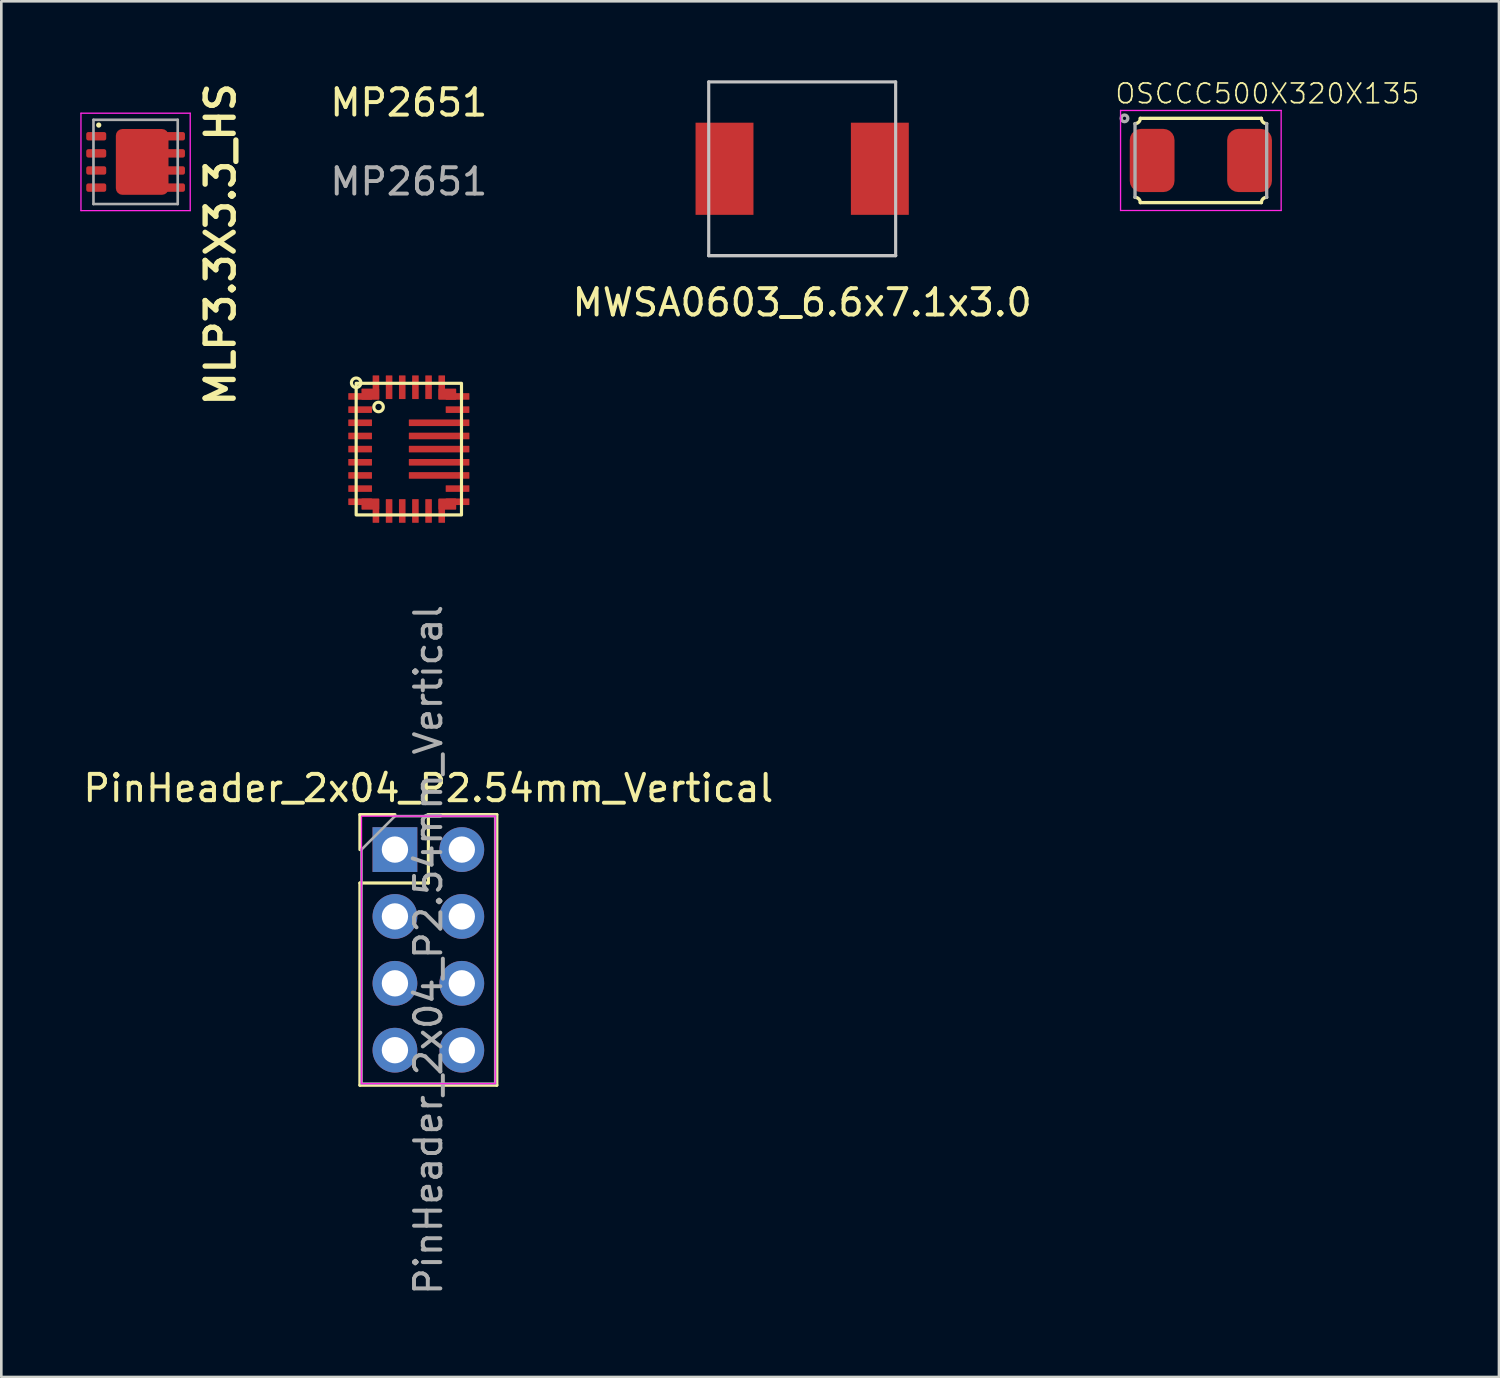
<source format=kicad_pcb>
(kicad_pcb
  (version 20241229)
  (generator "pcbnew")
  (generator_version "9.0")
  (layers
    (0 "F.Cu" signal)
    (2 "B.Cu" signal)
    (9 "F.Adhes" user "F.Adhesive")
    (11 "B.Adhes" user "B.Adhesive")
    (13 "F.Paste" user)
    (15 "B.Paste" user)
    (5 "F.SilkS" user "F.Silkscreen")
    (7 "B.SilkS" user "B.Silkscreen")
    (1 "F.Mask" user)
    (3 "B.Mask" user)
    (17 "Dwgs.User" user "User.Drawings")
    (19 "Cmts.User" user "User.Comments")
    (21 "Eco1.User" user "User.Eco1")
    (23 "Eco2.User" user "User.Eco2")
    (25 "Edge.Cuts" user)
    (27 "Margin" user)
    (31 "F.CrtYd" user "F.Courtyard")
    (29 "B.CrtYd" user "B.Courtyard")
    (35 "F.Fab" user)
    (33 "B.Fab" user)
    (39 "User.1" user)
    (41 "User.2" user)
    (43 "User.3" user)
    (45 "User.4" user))
  (footprint "MP2651"
    (layer "F.Cu")
    (at 12.478 14.008)
    (property "Reference" "MP2651" (at 0 -13.16 0) (unlocked yes) (layer "F.SilkS") (effects (font (size 1 1) (thickness 0.15))))
    (attr smd)
    (fp_rect (start -2 -2.5) (end 2 2.5) (stroke (width 0.12) (type solid)) (fill no) (layer "F.SilkS"))
    (fp_circle (center -2 -2.52) (end -1.85 -2.42) (stroke (width 0.12) (type solid)) (fill no) (layer "F.SilkS"))
    (fp_circle (center -1.15 -1.6) (end -1 -1.5) (stroke (width 0.12) (type solid)) (fill no) (layer "F.SilkS"))
    (fp_text user "${REFERENCE}" (at 0 -10.16 0) (unlocked yes) (layer "F.Fab") (effects (font (size 1 1) (thickness 0.15))))
    (pad "" smd roundrect (at -1.462 -2.087 180) (size 0.675 0.425) (layers "F.Cu" "F.Mask" "F.Paste") (roundrect_rratio 0.066))
    (pad "" smd roundrect (at -1.462 2.087 180) (size 0.675 0.425) (layers "F.Cu" "F.Mask" "F.Paste") (roundrect_rratio 0.066))
    (pad "" smd roundrect (at 1.462 -2.087 180) (size 0.675 0.425) (layers "F.Cu" "F.Mask" "F.Paste") (roundrect_rratio 0.066))
    (pad "" smd roundrect (at 1.462 2.087 180) (size 0.675 0.425) (layers "F.Cu" "F.Mask" "F.Paste") (roundrect_rratio 0.066))
    (pad "1" smd roundrect (at -1.85 -2) (size 0.9 0.25) (layers "F.Cu" "F.Mask" "F.Paste") (roundrect_rratio 0.066))
    (pad "2" smd roundrect (at -1.85 -1.5) (size 0.9 0.25) (layers "F.Cu" "F.Mask" "F.Paste") (roundrect_rratio 0.066))
    (pad "3" smd roundrect (at -1.85 -1) (size 0.9 0.25) (layers "F.Cu" "F.Mask" "F.Paste") (roundrect_rratio 0.066))
    (pad "4" smd roundrect (at -1.85 -0.5) (size 0.9 0.25) (layers "F.Cu" "F.Mask" "F.Paste") (roundrect_rratio 0.066))
    (pad "5" smd roundrect (at -1.85 0) (size 0.9 0.25) (layers "F.Cu" "F.Mask" "F.Paste") (roundrect_rratio 0.066))
    (pad "6" smd roundrect (at -1.85 0.5) (size 0.9 0.25) (layers "F.Cu" "F.Mask" "F.Paste") (roundrect_rratio 0.066))
    (pad "7" smd roundrect (at -1.85 1) (size 0.9 0.25) (layers "F.Cu" "F.Mask" "F.Paste") (roundrect_rratio 0.066))
    (pad "8" smd roundrect (at -1.85 1.5) (size 0.9 0.25) (layers "F.Cu" "F.Mask" "F.Paste") (roundrect_rratio 0.066))
    (pad "9" smd roundrect (at -1.85 2) (size 0.9 0.25) (layers "F.Cu" "F.Mask" "F.Paste") (roundrect_rratio 0.066))
    (pad "10" smd roundrect (at -1.25 2.35 90) (size 0.9 0.25) (layers "F.Cu" "F.Mask" "F.Paste") (roundrect_rratio 0.066))
    (pad "11" smd roundrect (at -0.75 2.35 90) (size 0.9 0.25) (layers "F.Cu" "F.Mask" "F.Paste") (roundrect_rratio 0.066))
    (pad "12" smd roundrect (at -0.25 2.35 90) (size 0.9 0.25) (layers "F.Cu" "F.Mask" "F.Paste") (roundrect_rratio 0.066))
    (pad "13" smd roundrect (at 0.25 2.35 90) (size 0.9 0.25) (layers "F.Cu" "F.Mask" "F.Paste") (roundrect_rratio 0.066))
    (pad "14" smd roundrect (at 0.75 2.35 90) (size 0.9 0.25) (layers "F.Cu" "F.Mask" "F.Paste") (roundrect_rratio 0.066))
    (pad "15" smd roundrect (at 1.25 2.35 90) (size 0.9 0.25) (layers "F.Cu" "F.Mask" "F.Paste") (roundrect_rratio 0.066))
    (pad "16" smd roundrect (at 1.85 2) (size 0.9 0.25) (layers "F.Cu" "F.Mask" "F.Paste") (roundrect_rratio 0.066))
    (pad "17" smd roundrect (at 1.85 1.5) (size 0.9 0.25) (layers "F.Cu" "F.Mask" "F.Paste") (roundrect_rratio 0.066))
    (pad "18" smd roundrect (at 1.15 1) (size 2.3 0.25) (layers "F.Cu" "F.Mask" "F.Paste") (roundrect_rratio 0.066))
    (pad "19" smd roundrect (at 1.15 0.5) (size 2.3 0.25) (layers "F.Cu" "F.Mask" "F.Paste") (roundrect_rratio 0.066))
    (pad "20" smd roundrect (at 1.15 0) (size 2.3 0.25) (layers "F.Cu" "F.Mask" "F.Paste") (roundrect_rratio 0.066))
    (pad "21" smd roundrect (at 1.15 -0.5) (size 2.3 0.25) (layers "F.Cu" "F.Mask" "F.Paste") (roundrect_rratio 0.066))
    (pad "22" smd roundrect (at 1.15 -1) (size 2.3 0.25) (layers "F.Cu" "F.Mask" "F.Paste") (roundrect_rratio 0.066))
    (pad "23" smd roundrect (at 1.85 -1.5) (size 0.9 0.25) (layers "F.Cu" "F.Mask" "F.Paste") (roundrect_rratio 0.066))
    (pad "24" smd roundrect (at 1.85 -2) (size 0.9 0.25) (layers "F.Cu" "F.Mask" "F.Paste") (roundrect_rratio 0.066))
    (pad "25" smd roundrect (at 1.25 -2.35 90) (size 0.9 0.25) (layers "F.Cu" "F.Mask" "F.Paste") (roundrect_rratio 0.066))
    (pad "26" smd roundrect (at 0.75 -2.35 90) (size 0.9 0.25) (layers "F.Cu" "F.Mask" "F.Paste") (roundrect_rratio 0.066))
    (pad "27" smd roundrect (at 0.25 -2.35 90) (size 0.9 0.25) (layers "F.Cu" "F.Mask" "F.Paste") (roundrect_rratio 0.066))
    (pad "28" smd roundrect (at -0.25 -2.35 90) (size 0.9 0.25) (layers "F.Cu" "F.Mask" "F.Paste") (roundrect_rratio 0.066))
    (pad "29" smd roundrect (at -0.75 -2.35 90) (size 0.9 0.25) (layers "F.Cu" "F.Mask" "F.Paste") (roundrect_rratio 0.066))
    (pad "30" smd roundrect (at -1.25 -2.35 90) (size 0.9 0.25) (layers "F.Cu" "F.Mask" "F.Paste") (roundrect_rratio 0.066)))
  (footprint "MLP3.3X3.3_HS"
    (layer "F.Cu")
    (at 2.1 3.1)
    (property "Reference" "MLP3.3X3.3_HS" (at 2.6 -3.1 90) (layer "F.SilkS") (effects (font (size 1.067 1.067) (thickness 0.203)) (justify right top)))
    (fp_circle (center -1.4 -1.4) (end -1.35 -1.4) (stroke (width 0.1) (type solid)) (fill yes) (layer "F.SilkS"))
    (fp_line (start -2.075 -1.85) (end -2.075 1.85) (stroke (width 0.05) (type solid)) (layer "F.CrtYd"))
    (fp_line (start -2.075 1.85) (end 2.075 1.85) (stroke (width 0.05) (type solid)) (layer "F.CrtYd"))
    (fp_line (start 2.075 -1.85) (end -2.075 -1.85) (stroke (width 0.05) (type solid)) (layer "F.CrtYd"))
    (fp_line (start 2.075 1.85) (end 2.075 -1.85) (stroke (width 0.05) (type solid)) (layer "F.CrtYd"))
    (fp_line (start -1.6 -1.6) (end 1.6 -1.6) (stroke (width 0.1) (type solid)) (layer "F.Fab"))
    (fp_line (start -1.6 1.6) (end -1.6 -1.6) (stroke (width 0.1) (type solid)) (layer "F.Fab"))
    (fp_line (start 1.6 -1.6) (end 1.6 1.6) (stroke (width 0.1) (type solid)) (layer "F.Fab"))
    (fp_line (start 1.6 1.6) (end -1.6 1.6) (stroke (width 0.1) (type solid)) (layer "F.Fab"))
    (pad "1" smd roundrect (at -1.495 -0.975 180) (size 0.76 0.32) (layers "F.Cu" "F.Mask" "F.Paste") (roundrect_rratio 0.25))
    (pad "2" smd roundrect (at -1.495 -0.325 180) (size 0.76 0.32) (layers "F.Cu" "F.Mask" "F.Paste") (roundrect_rratio 0.25))
    (pad "3" smd roundrect (at -1.495 0.325 180) (size 0.76 0.32) (layers "F.Cu" "F.Mask" "F.Paste") (roundrect_rratio 0.25))
    (pad "4" smd roundrect (at -1.495 0.975 180) (size 0.76 0.32) (layers "F.Cu" "F.Mask" "F.Paste") (roundrect_rratio 0.25))
    (pad "5" smd roundrect (at 1.495 0.975) (size 0.76 0.32) (layers "F.Cu" "F.Mask" "F.Paste") (roundrect_rratio 0.25))
    (pad "6" smd roundrect (at 1.495 0.325) (size 0.76 0.32) (layers "F.Cu" "F.Mask" "F.Paste") (roundrect_rratio 0.25))
    (pad "7" smd roundrect (at 1.495 -0.325) (size 0.76 0.32) (layers "F.Cu" "F.Mask" "F.Paste") (roundrect_rratio 0.25))
    (pad "8" smd roundrect (at 1.495 -0.975) (size 0.76 0.32) (layers "F.Cu" "F.Mask" "F.Paste") (roundrect_rratio 0.25))
    (pad "9" smd roundrect (at 0.25 0 270) (size 2.5 2) (layers "F.Cu" "F.Mask" "F.Paste") (roundrect_rratio 0.125)))
  (footprint "OSCCC500X320X135"
    (layer "F.Cu")
    (at 42.56 3.045)
    (property "Reference" "OSCCC500X320X135" (at -3.302 -2.101 0) (layer "F.SilkS") (effects (font (size 0.748 0.748) (thickness 0.065)) (justify left bottom)))
    (fp_line (start -2.3 -1.6) (end 2.3 -1.6) (stroke (width 0.127) (type solid)) (layer "F.SilkS"))
    (fp_line (start 2.3 1.6) (end -2.3 1.6) (stroke (width 0.127) (type solid)) (layer "F.SilkS"))
    (fp_arc (start -2.5 1.4) (mid -2.358579 1.458579) (end -2.3 1.6) (stroke (width 0.127) (type solid)) (layer "F.SilkS"))
    (fp_arc (start -2.3 -1.6) (mid -2.358579 -1.458579) (end -2.5 -1.4) (stroke (width 0.127) (type solid)) (layer "F.SilkS"))
    (fp_arc (start 2.3 1.6) (mid 2.358579 1.458579) (end 2.5 1.4) (stroke (width 0.127) (type solid)) (layer "F.SilkS"))
    (fp_arc (start 2.5 -1.4) (mid 2.358579 -1.458579) (end 2.3 -1.6) (stroke (width 0.127) (type solid)) (layer "F.SilkS"))
    (fp_line (start -3.05 -1.9) (end 3.05 -1.9) (stroke (width 0.05) (type solid)) (layer "F.CrtYd"))
    (fp_line (start -3.05 1.9) (end -3.05 -1.9) (stroke (width 0.05) (type solid)) (layer "F.CrtYd"))
    (fp_line (start 3.05 -1.9) (end 3.05 1.9) (stroke (width 0.05) (type solid)) (layer "F.CrtYd"))
    (fp_line (start 3.05 1.9) (end -3.05 1.9) (stroke (width 0.05) (type solid)) (layer "F.CrtYd"))
    (fp_line (start -2.5 -1.4) (end -2.5 1.4) (stroke (width 0.127) (type solid)) (layer "F.Fab"))
    (fp_line (start 2.5 -1.4) (end 2.5 1.4) (stroke (width 0.127) (type solid)) (layer "F.Fab"))
    (fp_circle (center -2.9 -1.6) (end -2.837 -1.6) (stroke (width 0.127) (type solid)) (fill no) (layer "F.Fab"))
    (pad "1" smd roundrect (at -1.85 0) (size 1.7 2.4) (layers "F.Cu" "F.Mask" "F.Paste") (roundrect_rratio 0.25))
    (pad "2" smd roundrect (at 1.85 0) (size 1.7 2.4) (layers "F.Cu" "F.Mask" "F.Paste") (roundrect_rratio 0.25)))
  (footprint "MWSA0603_6.6x7.1x3.0"
    (layer "F.Cu")
    (at 27.418 3.36)
    (property "Reference" "MWSA0603_6.6x7.1x3.0" (at 0 5.08 0) (layer "F.SilkS") (effects (font (size 1 1) (thickness 0.15))))
    (attr smd)
    (fp_line (start -3.55 -3.3) (end 3.55 -3.3) (stroke (width 0.12) (type solid)) (layer "Dwgs.User"))
    (fp_line (start -3.55 3.3) (end -3.55 -3.3) (stroke (width 0.12) (type solid)) (layer "Dwgs.User"))
    (fp_line (start 3.55 -3.3) (end 3.55 3.3) (stroke (width 0.12) (type solid)) (layer "Dwgs.User"))
    (fp_line (start 3.55 3.3) (end -3.55 3.3) (stroke (width 0.12) (type solid)) (layer "Dwgs.User"))
    (fp_line (start 3.55 3.3) (end -3.55 3.3) (stroke (width 0.12) (type solid)) (layer "Dwgs.User"))
    (pad "1" smd rect (at -2.95 0) (size 2.2 3.5) (layers "F.Cu" "F.Mask" "F.Paste"))
    (pad "2" smd rect (at 2.95 0) (size 2.2 3.5) (layers "F.Cu" "F.Mask" "F.Paste")))
  (footprint "PinHeader_2x04_P2.54mm_Vertical"
    (layer "F.Cu")
    (at 11.95 29.218)
    (property "Reference" "PinHeader_2x04_P2.54mm_Vertical" (at 1.27 -2.33 180) (layer "F.SilkS") (effects (font (size 1 1) (thickness 0.15))))
    (attr through_hole)
    (fp_line (start -1.33 -1.33) (end 0 -1.33) (stroke (width 0.12) (type solid)) (layer "F.SilkS"))
    (fp_line (start -1.33 0) (end -1.33 -1.33) (stroke (width 0.12) (type solid)) (layer "F.SilkS"))
    (fp_line (start -1.33 1.27) (end -1.33 8.95) (stroke (width 0.12) (type solid)) (layer "F.SilkS"))
    (fp_line (start -1.33 1.27) (end 1.27 1.27) (stroke (width 0.12) (type solid)) (layer "F.SilkS"))
    (fp_line (start -1.33 8.95) (end 3.87 8.95) (stroke (width 0.12) (type solid)) (layer "F.SilkS"))
    (fp_line (start 1.27 -1.33) (end 3.87 -1.33) (stroke (width 0.12) (type solid)) (layer "F.SilkS"))
    (fp_line (start 1.27 1.27) (end 1.27 -1.33) (stroke (width 0.12) (type solid)) (layer "F.SilkS"))
    (fp_line (start 3.87 -1.33) (end 3.87 8.95) (stroke (width 0.12) (type solid)) (layer "F.SilkS"))
    (fp_rect (start -1.27 -1.27) (end 3.81 8.89) (stroke (width 0.05) (type solid)) (fill no) (layer "F.CrtYd"))
    (fp_line (start -1.27 0) (end 0 -1.27) (stroke (width 0.1) (type solid)) (layer "F.Fab"))
    (fp_line (start -1.27 8.89) (end -1.27 0) (stroke (width 0.1) (type solid)) (layer "F.Fab"))
    (fp_line (start 0 -1.27) (end 3.81 -1.27) (stroke (width 0.1) (type solid)) (layer "F.Fab"))
    (fp_line (start 3.81 -1.27) (end 3.81 8.89) (stroke (width 0.1) (type solid)) (layer "F.Fab"))
    (fp_line (start 3.81 8.89) (end -1.27 8.89) (stroke (width 0.1) (type solid)) (layer "F.Fab"))
    (fp_text user "${REFERENCE}" (at 1.27 3.81 90) (layer "F.Fab") (effects (font (size 1 1) (thickness 0.15))))
    (pad "1" thru_hole rect (at 0 0) (size 1.7 1.7) (drill 1) (layers "*.Cu" "*.Mask"))
    (pad "2" thru_hole oval (at 2.54 0) (size 1.7 1.7) (drill 1) (layers "*.Cu" "*.Mask"))
    (pad "3" thru_hole oval (at 0 2.54) (size 1.7 1.7) (drill 1) (layers "*.Cu" "*.Mask"))
    (pad "4" thru_hole oval (at 2.54 2.54) (size 1.7 1.7) (drill 1) (layers "*.Cu" "*.Mask"))
    (pad "5" thru_hole oval (at 0 5.08) (size 1.7 1.7) (drill 1) (layers "*.Cu" "*.Mask"))
    (pad "6" thru_hole oval (at 2.54 5.08) (size 1.7 1.7) (drill 1) (layers "*.Cu" "*.Mask"))
    (pad "7" thru_hole oval (at 0 7.62) (size 1.7 1.7) (drill 1) (layers "*.Cu" "*.Mask"))
    (pad "8" thru_hole oval (at 2.54 7.62) (size 1.7 1.7) (drill 1) (layers "*.Cu" "*.Mask")))
  (gr_rect
    (start -3 -3)
    (end 53.883 49.249)
    (stroke (width 0.1) (type default))
    (fill no)
    (layer "Edge.Cuts")))
</source>
